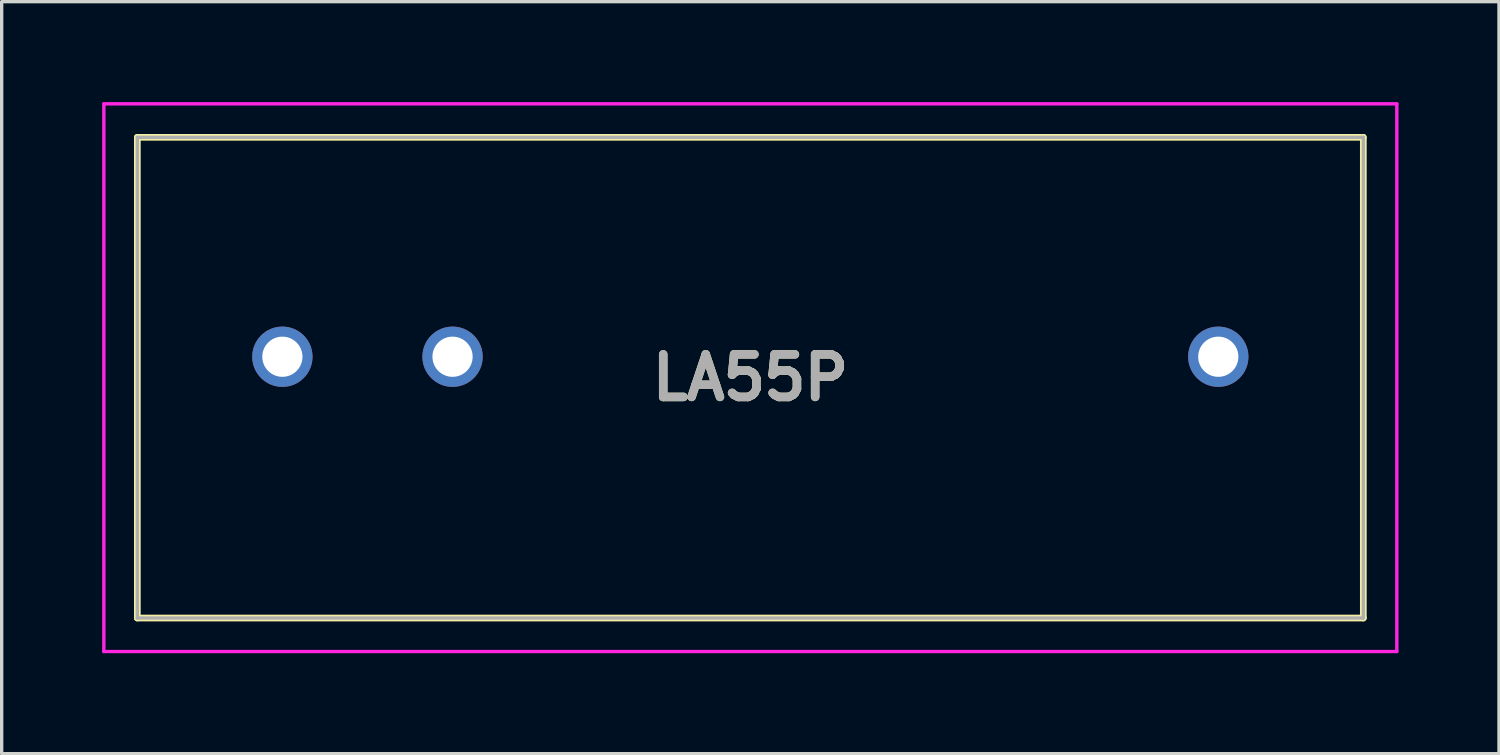
<source format=kicad_pcb>
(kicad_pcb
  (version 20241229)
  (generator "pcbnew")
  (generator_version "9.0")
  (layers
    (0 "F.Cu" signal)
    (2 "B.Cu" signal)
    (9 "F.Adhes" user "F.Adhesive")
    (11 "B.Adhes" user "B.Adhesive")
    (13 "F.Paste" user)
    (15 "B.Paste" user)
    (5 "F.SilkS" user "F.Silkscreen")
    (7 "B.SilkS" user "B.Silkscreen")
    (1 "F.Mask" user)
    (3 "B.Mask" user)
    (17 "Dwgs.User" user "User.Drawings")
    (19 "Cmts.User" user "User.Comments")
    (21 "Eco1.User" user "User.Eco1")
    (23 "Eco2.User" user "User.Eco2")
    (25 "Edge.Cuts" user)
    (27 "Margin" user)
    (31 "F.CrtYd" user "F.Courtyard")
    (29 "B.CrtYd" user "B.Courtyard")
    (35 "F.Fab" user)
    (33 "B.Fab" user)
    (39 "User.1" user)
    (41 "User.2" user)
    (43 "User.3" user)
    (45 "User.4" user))
  (footprint "LA55P"
    (layer "F.Cu")
    (at 5.38 7.6)
    (property "Reference" "LA55P" (at 13.97 0.625 0) (layer "F.SilkS") (effects (font (size 1.27 1.27) (thickness 0.254))))
    (attr through_hole)
    (fp_line (start -4.33 -6.55) (end 32.27 -6.55) (stroke (width 0.2) (type solid)) (layer "F.SilkS"))
    (fp_line (start -4.33 7.8) (end -4.33 -6.55) (stroke (width 0.2) (type solid)) (layer "F.SilkS"))
    (fp_line (start 32.27 -6.55) (end 32.27 7.8) (stroke (width 0.2) (type solid)) (layer "F.SilkS"))
    (fp_line (start 32.27 7.8) (end -4.33 7.8) (stroke (width 0.2) (type solid)) (layer "F.SilkS"))
    (fp_line (start -5.33 -7.55) (end 33.27 -7.55) (stroke (width 0.1) (type solid)) (layer "F.CrtYd"))
    (fp_line (start -5.33 8.8) (end -5.33 -7.55) (stroke (width 0.1) (type solid)) (layer "F.CrtYd"))
    (fp_line (start 33.27 -7.55) (end 33.27 8.8) (stroke (width 0.1) (type solid)) (layer "F.CrtYd"))
    (fp_line (start 33.27 8.8) (end -5.33 8.8) (stroke (width 0.1) (type solid)) (layer "F.CrtYd"))
    (fp_line (start -4.33 -6.55) (end 32.27 -6.55) (stroke (width 0.1) (type solid)) (layer "F.Fab"))
    (fp_line (start -4.33 7.8) (end -4.33 -6.55) (stroke (width 0.1) (type solid)) (layer "F.Fab"))
    (fp_line (start 32.27 -6.55) (end 32.27 7.8) (stroke (width 0.1) (type solid)) (layer "F.Fab"))
    (fp_line (start 32.27 7.8) (end -4.33 7.8) (stroke (width 0.1) (type solid)) (layer "F.Fab"))
    (fp_text user "${REFERENCE}" (at 13.97 0.625 0) (layer "F.Fab") (effects (font (size 1.27 1.27) (thickness 0.254))))
    (pad "1" thru_hole circle (at 0 0) (size 1.8 1.8) (drill 1.2) (layers "*.Cu" "*.Mask"))
    (pad "2" thru_hole circle (at 5.08 0) (size 1.8 1.8) (drill 1.2) (layers "*.Cu" "*.Mask"))
    (pad "3" thru_hole circle (at 27.94 0) (size 1.8 1.8) (drill 1.2) (layers "*.Cu" "*.Mask")))
  (gr_rect
    (start -3 -3)
    (end 41.7 19.45)
    (stroke (width 0.1) (type default))
    (fill no)
    (layer "Edge.Cuts")))
</source>
